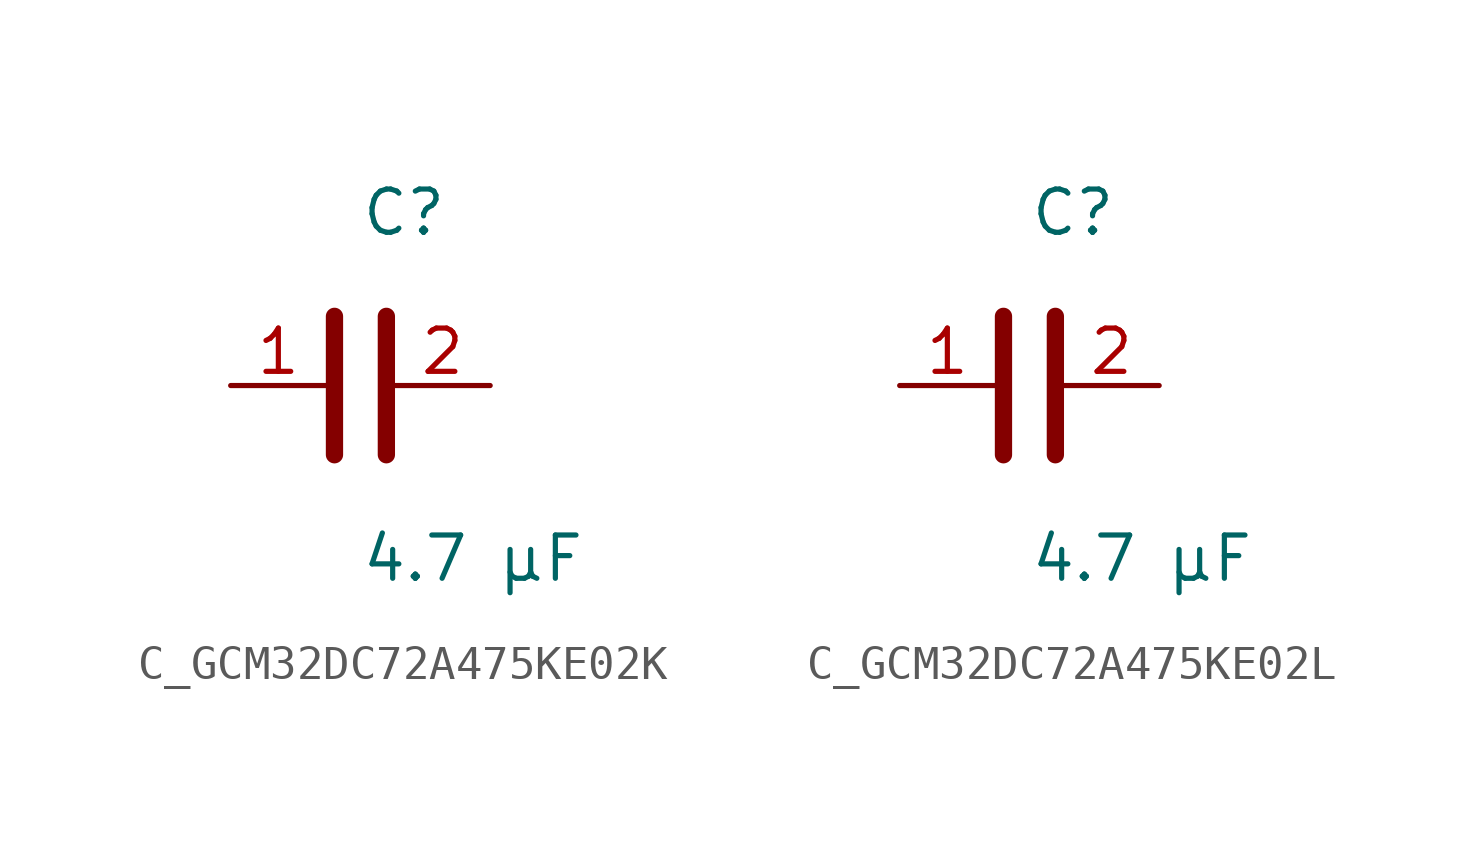
<source format=kicad_sym>
(kicad_symbol_lib
  (version 20231120)
  (generator kicad_symbol_editor)
  (generator_version 8.0)
  (symbol "C_GCM32DC72A475KE02K"
    (pin_names
      (offset 0.254))
    (property "Reference" "C"
      (at 0 5.08 0)
      (effects (font (size 1.27 1.27)) (justify left)))
    (property "Value" "4.7 µF"
      (at 0 -5.08 0)
      (effects (font (size 1.27 1.27)) (justify left)))
    (symbol "C_GCM32DC72A475KE02K_0_1"
      (polyline (pts (xy -0.762 -2.032) (xy -0.762 2.032)) (stroke (width 0.508) (type default)) (fill (type none)))
      (polyline (pts (xy 0.762 -2.032) (xy 0.762 2.032)) (stroke (width 0.508) (type default)) (fill (type none))))
    (pin passive line
      (at -3.81 0 0)
      (length 2.8)
      (name "" (effects (font (size 1.27 1.27))))
      (number "1" (effects (font (size 1.27 1.27)))))
    (pin passive line
      (at 3.81 0 180)
      (length 2.8)
      (name "" (effects (font (size 1.27 1.27))))
      (number "2" (effects (font (size 1.27 1.27))))))
  (symbol "C_GCM32DC72A475KE02L"
    (pin_names
      (offset 0.254))
    (property "Reference" "C"
      (at 0 5.08 0)
      (effects (font (size 1.27 1.27)) (justify left)))
    (property "Value" "4.7 µF"
      (at 0 -5.08 0)
      (effects (font (size 1.27 1.27)) (justify left)))
    (symbol "C_GCM32DC72A475KE02L_0_1"
      (polyline (pts (xy -0.762 -2.032) (xy -0.762 2.032)) (stroke (width 0.508) (type default)) (fill (type none)))
      (polyline (pts (xy 0.762 -2.032) (xy 0.762 2.032)) (stroke (width 0.508) (type default)) (fill (type none))))
    (pin passive line
      (at -3.81 0 0)
      (length 2.8)
      (name "" (effects (font (size 1.27 1.27))))
      (number "1" (effects (font (size 1.27 1.27)))))
    (pin passive line
      (at 3.81 0 180)
      (length 2.8)
      (name "" (effects (font (size 1.27 1.27))))
      (number "2" (effects (font (size 1.27 1.27)))))))
</source>
